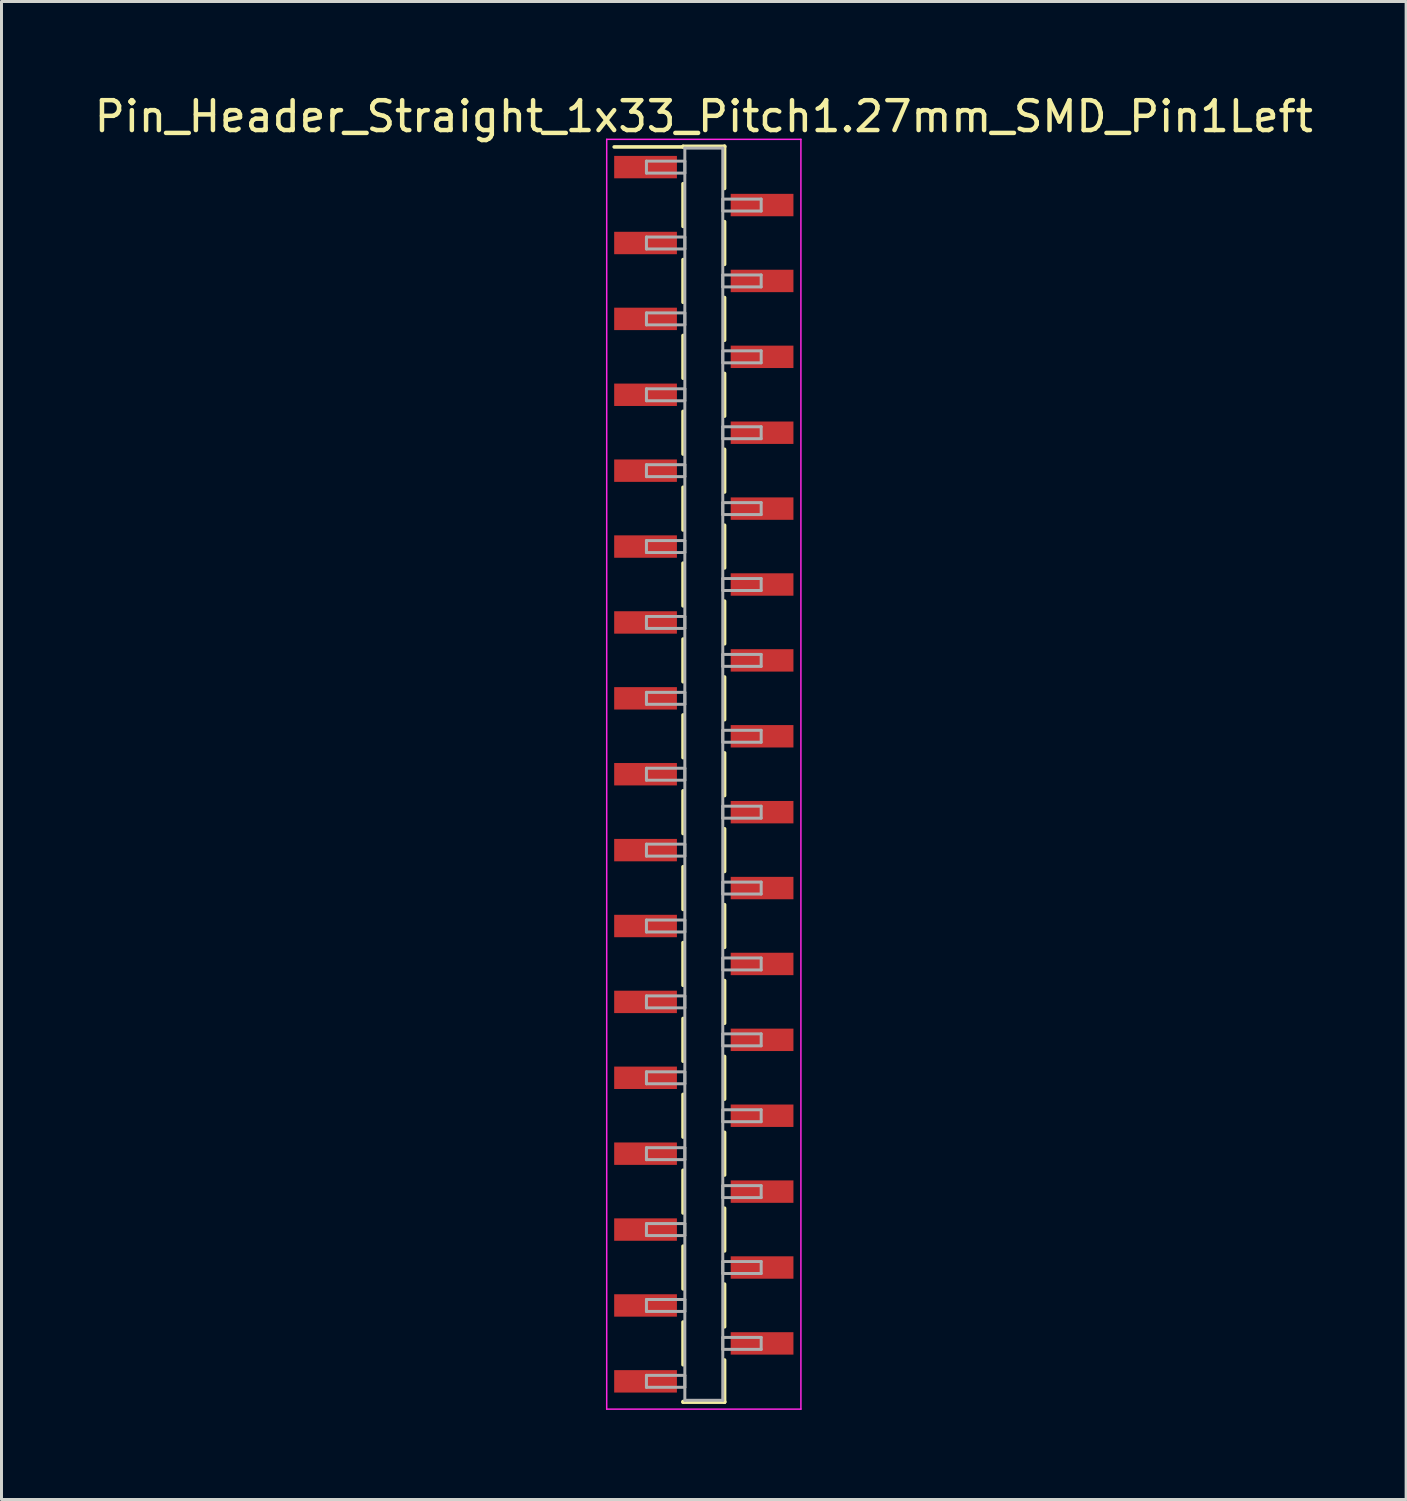
<source format=kicad_pcb>
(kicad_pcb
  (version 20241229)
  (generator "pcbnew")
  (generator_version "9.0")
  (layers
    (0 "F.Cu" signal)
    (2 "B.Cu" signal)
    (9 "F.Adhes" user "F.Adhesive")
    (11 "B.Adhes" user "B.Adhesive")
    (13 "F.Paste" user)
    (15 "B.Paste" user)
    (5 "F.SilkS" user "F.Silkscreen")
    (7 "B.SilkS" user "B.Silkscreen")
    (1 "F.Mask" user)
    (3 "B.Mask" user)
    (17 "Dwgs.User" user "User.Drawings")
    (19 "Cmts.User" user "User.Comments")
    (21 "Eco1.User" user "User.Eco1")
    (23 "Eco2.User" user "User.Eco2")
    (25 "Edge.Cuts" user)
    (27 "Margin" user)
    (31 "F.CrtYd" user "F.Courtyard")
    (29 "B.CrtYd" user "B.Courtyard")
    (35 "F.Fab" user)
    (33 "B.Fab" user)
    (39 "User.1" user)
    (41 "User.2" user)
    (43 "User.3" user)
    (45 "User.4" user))
  (footprint "Pin_Header_Straight_1x33_Pitch1.27mm_SMD_Pin1Left"
    (layer "F.Cu")
    (at 20.506 22.863)
    (property "Reference" "Pin_Header_Straight_1x33_Pitch1.27mm_SMD_Pin1Left" (at 0 -22.015 0) (layer "F.SilkS") (effects (font (size 1 1) (thickness 0.15))))
    (attr smd)
    (fp_line (start -0.695 -21.015) (end 0.695 -21.015) (stroke (width 0.12) (type solid)) (layer "F.SilkS"))
    (fp_line (start -0.695 -20.995) (end -3 -20.995) (stroke (width 0.12) (type solid)) (layer "F.SilkS"))
    (fp_line (start -0.695 -20.995) (end -0.695 -21.015) (stroke (width 0.12) (type solid)) (layer "F.SilkS"))
    (fp_line (start -0.695 -19.765) (end -0.695 -18.335) (stroke (width 0.12) (type solid)) (layer "F.SilkS"))
    (fp_line (start -0.695 -17.225) (end -0.695 -15.795) (stroke (width 0.12) (type solid)) (layer "F.SilkS"))
    (fp_line (start -0.695 -14.685) (end -0.695 -13.255) (stroke (width 0.12) (type solid)) (layer "F.SilkS"))
    (fp_line (start -0.695 -12.145) (end -0.695 -10.715) (stroke (width 0.12) (type solid)) (layer "F.SilkS"))
    (fp_line (start -0.695 -9.605) (end -0.695 -8.175) (stroke (width 0.12) (type solid)) (layer "F.SilkS"))
    (fp_line (start -0.695 -7.065) (end -0.695 -5.635) (stroke (width 0.12) (type solid)) (layer "F.SilkS"))
    (fp_line (start -0.695 -4.525) (end -0.695 -3.095) (stroke (width 0.12) (type solid)) (layer "F.SilkS"))
    (fp_line (start -0.695 -1.985) (end -0.695 -0.555) (stroke (width 0.12) (type solid)) (layer "F.SilkS"))
    (fp_line (start -0.695 0.555) (end -0.695 1.985) (stroke (width 0.12) (type solid)) (layer "F.SilkS"))
    (fp_line (start -0.695 3.095) (end -0.695 4.525) (stroke (width 0.12) (type solid)) (layer "F.SilkS"))
    (fp_line (start -0.695 5.635) (end -0.695 7.065) (stroke (width 0.12) (type solid)) (layer "F.SilkS"))
    (fp_line (start -0.695 8.175) (end -0.695 9.605) (stroke (width 0.12) (type solid)) (layer "F.SilkS"))
    (fp_line (start -0.695 10.715) (end -0.695 12.145) (stroke (width 0.12) (type solid)) (layer "F.SilkS"))
    (fp_line (start -0.695 13.255) (end -0.695 14.685) (stroke (width 0.12) (type solid)) (layer "F.SilkS"))
    (fp_line (start -0.695 15.795) (end -0.695 17.225) (stroke (width 0.12) (type solid)) (layer "F.SilkS"))
    (fp_line (start -0.695 18.335) (end -0.695 19.765) (stroke (width 0.12) (type solid)) (layer "F.SilkS"))
    (fp_line (start -0.695 20.995) (end -0.695 21.015) (stroke (width 0.12) (type solid)) (layer "F.SilkS"))
    (fp_line (start -0.695 21.015) (end 0.695 21.015) (stroke (width 0.12) (type solid)) (layer "F.SilkS"))
    (fp_line (start 0.695 -21.015) (end 0.695 -20.995) (stroke (width 0.12) (type solid)) (layer "F.SilkS"))
    (fp_line (start 0.695 -21.015) (end 0.695 -19.605) (stroke (width 0.12) (type solid)) (layer "F.SilkS"))
    (fp_line (start 0.695 -18.495) (end 0.695 -17.065) (stroke (width 0.12) (type solid)) (layer "F.SilkS"))
    (fp_line (start 0.695 -15.955) (end 0.695 -14.525) (stroke (width 0.12) (type solid)) (layer "F.SilkS"))
    (fp_line (start 0.695 -13.415) (end 0.695 -11.985) (stroke (width 0.12) (type solid)) (layer "F.SilkS"))
    (fp_line (start 0.695 -10.875) (end 0.695 -9.445) (stroke (width 0.12) (type solid)) (layer "F.SilkS"))
    (fp_line (start 0.695 -8.335) (end 0.695 -6.905) (stroke (width 0.12) (type solid)) (layer "F.SilkS"))
    (fp_line (start 0.695 -5.795) (end 0.695 -4.365) (stroke (width 0.12) (type solid)) (layer "F.SilkS"))
    (fp_line (start 0.695 -3.255) (end 0.695 -1.825) (stroke (width 0.12) (type solid)) (layer "F.SilkS"))
    (fp_line (start 0.695 -0.715) (end 0.695 0.715) (stroke (width 0.12) (type solid)) (layer "F.SilkS"))
    (fp_line (start 0.695 1.825) (end 0.695 3.255) (stroke (width 0.12) (type solid)) (layer "F.SilkS"))
    (fp_line (start 0.695 4.365) (end 0.695 5.795) (stroke (width 0.12) (type solid)) (layer "F.SilkS"))
    (fp_line (start 0.695 6.905) (end 0.695 8.335) (stroke (width 0.12) (type solid)) (layer "F.SilkS"))
    (fp_line (start 0.695 9.445) (end 0.695 10.875) (stroke (width 0.12) (type solid)) (layer "F.SilkS"))
    (fp_line (start 0.695 11.985) (end 0.695 13.415) (stroke (width 0.12) (type solid)) (layer "F.SilkS"))
    (fp_line (start 0.695 14.525) (end 0.695 15.955) (stroke (width 0.12) (type solid)) (layer "F.SilkS"))
    (fp_line (start 0.695 17.065) (end 0.695 18.495) (stroke (width 0.12) (type solid)) (layer "F.SilkS"))
    (fp_line (start 0.695 19.605) (end 0.695 21.015) (stroke (width 0.12) (type solid)) (layer "F.SilkS"))
    (fp_line (start 0.695 21.015) (end 0.695 20.995) (stroke (width 0.12) (type solid)) (layer "F.SilkS"))
    (fp_line (start -3.25 -21.25) (end -3.25 21.25) (stroke (width 0.05) (type solid)) (layer "F.CrtYd"))
    (fp_line (start -3.25 21.25) (end 3.25 21.25) (stroke (width 0.05) (type solid)) (layer "F.CrtYd"))
    (fp_line (start 3.25 -21.25) (end -3.25 -21.25) (stroke (width 0.05) (type solid)) (layer "F.CrtYd"))
    (fp_line (start 3.25 21.25) (end 3.25 -21.25) (stroke (width 0.05) (type solid)) (layer "F.CrtYd"))
    (fp_line (start -1.92 -20.52) (end -0.635 -20.52) (stroke (width 0.1) (type solid)) (layer "F.Fab"))
    (fp_line (start -1.92 -20.12) (end -1.92 -20.52) (stroke (width 0.1) (type solid)) (layer "F.Fab"))
    (fp_line (start -1.92 -17.98) (end -0.635 -17.98) (stroke (width 0.1) (type solid)) (layer "F.Fab"))
    (fp_line (start -1.92 -17.58) (end -1.92 -17.98) (stroke (width 0.1) (type solid)) (layer "F.Fab"))
    (fp_line (start -1.92 -15.44) (end -0.635 -15.44) (stroke (width 0.1) (type solid)) (layer "F.Fab"))
    (fp_line (start -1.92 -15.04) (end -1.92 -15.44) (stroke (width 0.1) (type solid)) (layer "F.Fab"))
    (fp_line (start -1.92 -12.9) (end -0.635 -12.9) (stroke (width 0.1) (type solid)) (layer "F.Fab"))
    (fp_line (start -1.92 -12.5) (end -1.92 -12.9) (stroke (width 0.1) (type solid)) (layer "F.Fab"))
    (fp_line (start -1.92 -10.36) (end -0.635 -10.36) (stroke (width 0.1) (type solid)) (layer "F.Fab"))
    (fp_line (start -1.92 -9.96) (end -1.92 -10.36) (stroke (width 0.1) (type solid)) (layer "F.Fab"))
    (fp_line (start -1.92 -7.82) (end -0.635 -7.82) (stroke (width 0.1) (type solid)) (layer "F.Fab"))
    (fp_line (start -1.92 -7.42) (end -1.92 -7.82) (stroke (width 0.1) (type solid)) (layer "F.Fab"))
    (fp_line (start -1.92 -5.28) (end -0.635 -5.28) (stroke (width 0.1) (type solid)) (layer "F.Fab"))
    (fp_line (start -1.92 -4.88) (end -1.92 -5.28) (stroke (width 0.1) (type solid)) (layer "F.Fab"))
    (fp_line (start -1.92 -2.74) (end -0.635 -2.74) (stroke (width 0.1) (type solid)) (layer "F.Fab"))
    (fp_line (start -1.92 -2.34) (end -1.92 -2.74) (stroke (width 0.1) (type solid)) (layer "F.Fab"))
    (fp_line (start -1.92 -0.2) (end -0.635 -0.2) (stroke (width 0.1) (type solid)) (layer "F.Fab"))
    (fp_line (start -1.92 0.2) (end -1.92 -0.2) (stroke (width 0.1) (type solid)) (layer "F.Fab"))
    (fp_line (start -1.92 2.34) (end -0.635 2.34) (stroke (width 0.1) (type solid)) (layer "F.Fab"))
    (fp_line (start -1.92 2.74) (end -1.92 2.34) (stroke (width 0.1) (type solid)) (layer "F.Fab"))
    (fp_line (start -1.92 4.88) (end -0.635 4.88) (stroke (width 0.1) (type solid)) (layer "F.Fab"))
    (fp_line (start -1.92 5.28) (end -1.92 4.88) (stroke (width 0.1) (type solid)) (layer "F.Fab"))
    (fp_line (start -1.92 7.42) (end -0.635 7.42) (stroke (width 0.1) (type solid)) (layer "F.Fab"))
    (fp_line (start -1.92 7.82) (end -1.92 7.42) (stroke (width 0.1) (type solid)) (layer "F.Fab"))
    (fp_line (start -1.92 9.96) (end -0.635 9.96) (stroke (width 0.1) (type solid)) (layer "F.Fab"))
    (fp_line (start -1.92 10.36) (end -1.92 9.96) (stroke (width 0.1) (type solid)) (layer "F.Fab"))
    (fp_line (start -1.92 12.5) (end -0.635 12.5) (stroke (width 0.1) (type solid)) (layer "F.Fab"))
    (fp_line (start -1.92 12.9) (end -1.92 12.5) (stroke (width 0.1) (type solid)) (layer "F.Fab"))
    (fp_line (start -1.92 15.04) (end -0.635 15.04) (stroke (width 0.1) (type solid)) (layer "F.Fab"))
    (fp_line (start -1.92 15.44) (end -1.92 15.04) (stroke (width 0.1) (type solid)) (layer "F.Fab"))
    (fp_line (start -1.92 17.58) (end -0.635 17.58) (stroke (width 0.1) (type solid)) (layer "F.Fab"))
    (fp_line (start -1.92 17.98) (end -1.92 17.58) (stroke (width 0.1) (type solid)) (layer "F.Fab"))
    (fp_line (start -1.92 20.12) (end -0.635 20.12) (stroke (width 0.1) (type solid)) (layer "F.Fab"))
    (fp_line (start -1.92 20.52) (end -1.92 20.12) (stroke (width 0.1) (type solid)) (layer "F.Fab"))
    (fp_line (start -0.635 -20.955) (end -0.635 20.955) (stroke (width 0.1) (type solid)) (layer "F.Fab"))
    (fp_line (start -0.635 -20.52) (end -0.635 -20.12) (stroke (width 0.1) (type solid)) (layer "F.Fab"))
    (fp_line (start -0.635 -20.12) (end -1.92 -20.12) (stroke (width 0.1) (type solid)) (layer "F.Fab"))
    (fp_line (start -0.635 -17.98) (end -0.635 -17.58) (stroke (width 0.1) (type solid)) (layer "F.Fab"))
    (fp_line (start -0.635 -17.58) (end -1.92 -17.58) (stroke (width 0.1) (type solid)) (layer "F.Fab"))
    (fp_line (start -0.635 -15.44) (end -0.635 -15.04) (stroke (width 0.1) (type solid)) (layer "F.Fab"))
    (fp_line (start -0.635 -15.04) (end -1.92 -15.04) (stroke (width 0.1) (type solid)) (layer "F.Fab"))
    (fp_line (start -0.635 -12.9) (end -0.635 -12.5) (stroke (width 0.1) (type solid)) (layer "F.Fab"))
    (fp_line (start -0.635 -12.5) (end -1.92 -12.5) (stroke (width 0.1) (type solid)) (layer "F.Fab"))
    (fp_line (start -0.635 -10.36) (end -0.635 -9.96) (stroke (width 0.1) (type solid)) (layer "F.Fab"))
    (fp_line (start -0.635 -9.96) (end -1.92 -9.96) (stroke (width 0.1) (type solid)) (layer "F.Fab"))
    (fp_line (start -0.635 -7.82) (end -0.635 -7.42) (stroke (width 0.1) (type solid)) (layer "F.Fab"))
    (fp_line (start -0.635 -7.42) (end -1.92 -7.42) (stroke (width 0.1) (type solid)) (layer "F.Fab"))
    (fp_line (start -0.635 -5.28) (end -0.635 -4.88) (stroke (width 0.1) (type solid)) (layer "F.Fab"))
    (fp_line (start -0.635 -4.88) (end -1.92 -4.88) (stroke (width 0.1) (type solid)) (layer "F.Fab"))
    (fp_line (start -0.635 -2.74) (end -0.635 -2.34) (stroke (width 0.1) (type solid)) (layer "F.Fab"))
    (fp_line (start -0.635 -2.34) (end -1.92 -2.34) (stroke (width 0.1) (type solid)) (layer "F.Fab"))
    (fp_line (start -0.635 -0.2) (end -0.635 0.2) (stroke (width 0.1) (type solid)) (layer "F.Fab"))
    (fp_line (start -0.635 0.2) (end -1.92 0.2) (stroke (width 0.1) (type solid)) (layer "F.Fab"))
    (fp_line (start -0.635 2.34) (end -0.635 2.74) (stroke (width 0.1) (type solid)) (layer "F.Fab"))
    (fp_line (start -0.635 2.74) (end -1.92 2.74) (stroke (width 0.1) (type solid)) (layer "F.Fab"))
    (fp_line (start -0.635 4.88) (end -0.635 5.28) (stroke (width 0.1) (type solid)) (layer "F.Fab"))
    (fp_line (start -0.635 5.28) (end -1.92 5.28) (stroke (width 0.1) (type solid)) (layer "F.Fab"))
    (fp_line (start -0.635 7.42) (end -0.635 7.82) (stroke (width 0.1) (type solid)) (layer "F.Fab"))
    (fp_line (start -0.635 7.82) (end -1.92 7.82) (stroke (width 0.1) (type solid)) (layer "F.Fab"))
    (fp_line (start -0.635 9.96) (end -0.635 10.36) (stroke (width 0.1) (type solid)) (layer "F.Fab"))
    (fp_line (start -0.635 10.36) (end -1.92 10.36) (stroke (width 0.1) (type solid)) (layer "F.Fab"))
    (fp_line (start -0.635 12.5) (end -0.635 12.9) (stroke (width 0.1) (type solid)) (layer "F.Fab"))
    (fp_line (start -0.635 12.9) (end -1.92 12.9) (stroke (width 0.1) (type solid)) (layer "F.Fab"))
    (fp_line (start -0.635 15.04) (end -0.635 15.44) (stroke (width 0.1) (type solid)) (layer "F.Fab"))
    (fp_line (start -0.635 15.44) (end -1.92 15.44) (stroke (width 0.1) (type solid)) (layer "F.Fab"))
    (fp_line (start -0.635 17.58) (end -0.635 17.98) (stroke (width 0.1) (type solid)) (layer "F.Fab"))
    (fp_line (start -0.635 17.98) (end -1.92 17.98) (stroke (width 0.1) (type solid)) (layer "F.Fab"))
    (fp_line (start -0.635 20.12) (end -0.635 20.52) (stroke (width 0.1) (type solid)) (layer "F.Fab"))
    (fp_line (start -0.635 20.52) (end -1.92 20.52) (stroke (width 0.1) (type solid)) (layer "F.Fab"))
    (fp_line (start -0.635 20.955) (end 0.635 20.955) (stroke (width 0.1) (type solid)) (layer "F.Fab"))
    (fp_line (start 0.635 -20.955) (end -0.635 -20.955) (stroke (width 0.1) (type solid)) (layer "F.Fab"))
    (fp_line (start 0.635 -19.25) (end 0.635 -18.85) (stroke (width 0.1) (type solid)) (layer "F.Fab"))
    (fp_line (start 0.635 -18.85) (end 1.92 -18.85) (stroke (width 0.1) (type solid)) (layer "F.Fab"))
    (fp_line (start 0.635 -16.71) (end 0.635 -16.31) (stroke (width 0.1) (type solid)) (layer "F.Fab"))
    (fp_line (start 0.635 -16.31) (end 1.92 -16.31) (stroke (width 0.1) (type solid)) (layer "F.Fab"))
    (fp_line (start 0.635 -14.17) (end 0.635 -13.77) (stroke (width 0.1) (type solid)) (layer "F.Fab"))
    (fp_line (start 0.635 -13.77) (end 1.92 -13.77) (stroke (width 0.1) (type solid)) (layer "F.Fab"))
    (fp_line (start 0.635 -11.63) (end 0.635 -11.23) (stroke (width 0.1) (type solid)) (layer "F.Fab"))
    (fp_line (start 0.635 -11.23) (end 1.92 -11.23) (stroke (width 0.1) (type solid)) (layer "F.Fab"))
    (fp_line (start 0.635 -9.09) (end 0.635 -8.69) (stroke (width 0.1) (type solid)) (layer "F.Fab"))
    (fp_line (start 0.635 -8.69) (end 1.92 -8.69) (stroke (width 0.1) (type solid)) (layer "F.Fab"))
    (fp_line (start 0.635 -6.55) (end 0.635 -6.15) (stroke (width 0.1) (type solid)) (layer "F.Fab"))
    (fp_line (start 0.635 -6.15) (end 1.92 -6.15) (stroke (width 0.1) (type solid)) (layer "F.Fab"))
    (fp_line (start 0.635 -4.01) (end 0.635 -3.61) (stroke (width 0.1) (type solid)) (layer "F.Fab"))
    (fp_line (start 0.635 -3.61) (end 1.92 -3.61) (stroke (width 0.1) (type solid)) (layer "F.Fab"))
    (fp_line (start 0.635 -1.47) (end 0.635 -1.07) (stroke (width 0.1) (type solid)) (layer "F.Fab"))
    (fp_line (start 0.635 -1.07) (end 1.92 -1.07) (stroke (width 0.1) (type solid)) (layer "F.Fab"))
    (fp_line (start 0.635 1.07) (end 0.635 1.47) (stroke (width 0.1) (type solid)) (layer "F.Fab"))
    (fp_line (start 0.635 1.47) (end 1.92 1.47) (stroke (width 0.1) (type solid)) (layer "F.Fab"))
    (fp_line (start 0.635 3.61) (end 0.635 4.01) (stroke (width 0.1) (type solid)) (layer "F.Fab"))
    (fp_line (start 0.635 4.01) (end 1.92 4.01) (stroke (width 0.1) (type solid)) (layer "F.Fab"))
    (fp_line (start 0.635 6.15) (end 0.635 6.55) (stroke (width 0.1) (type solid)) (layer "F.Fab"))
    (fp_line (start 0.635 6.55) (end 1.92 6.55) (stroke (width 0.1) (type solid)) (layer "F.Fab"))
    (fp_line (start 0.635 8.69) (end 0.635 9.09) (stroke (width 0.1) (type solid)) (layer "F.Fab"))
    (fp_line (start 0.635 9.09) (end 1.92 9.09) (stroke (width 0.1) (type solid)) (layer "F.Fab"))
    (fp_line (start 0.635 11.23) (end 0.635 11.63) (stroke (width 0.1) (type solid)) (layer "F.Fab"))
    (fp_line (start 0.635 11.63) (end 1.92 11.63) (stroke (width 0.1) (type solid)) (layer "F.Fab"))
    (fp_line (start 0.635 13.77) (end 0.635 14.17) (stroke (width 0.1) (type solid)) (layer "F.Fab"))
    (fp_line (start 0.635 14.17) (end 1.92 14.17) (stroke (width 0.1) (type solid)) (layer "F.Fab"))
    (fp_line (start 0.635 16.31) (end 0.635 16.71) (stroke (width 0.1) (type solid)) (layer "F.Fab"))
    (fp_line (start 0.635 16.71) (end 1.92 16.71) (stroke (width 0.1) (type solid)) (layer "F.Fab"))
    (fp_line (start 0.635 18.85) (end 0.635 19.25) (stroke (width 0.1) (type solid)) (layer "F.Fab"))
    (fp_line (start 0.635 19.25) (end 1.92 19.25) (stroke (width 0.1) (type solid)) (layer "F.Fab"))
    (fp_line (start 0.635 20.955) (end 0.635 -20.955) (stroke (width 0.1) (type solid)) (layer "F.Fab"))
    (fp_line (start 1.92 -19.25) (end 0.635 -19.25) (stroke (width 0.1) (type solid)) (layer "F.Fab"))
    (fp_line (start 1.92 -18.85) (end 1.92 -19.25) (stroke (width 0.1) (type solid)) (layer "F.Fab"))
    (fp_line (start 1.92 -16.71) (end 0.635 -16.71) (stroke (width 0.1) (type solid)) (layer "F.Fab"))
    (fp_line (start 1.92 -16.31) (end 1.92 -16.71) (stroke (width 0.1) (type solid)) (layer "F.Fab"))
    (fp_line (start 1.92 -14.17) (end 0.635 -14.17) (stroke (width 0.1) (type solid)) (layer "F.Fab"))
    (fp_line (start 1.92 -13.77) (end 1.92 -14.17) (stroke (width 0.1) (type solid)) (layer "F.Fab"))
    (fp_line (start 1.92 -11.63) (end 0.635 -11.63) (stroke (width 0.1) (type solid)) (layer "F.Fab"))
    (fp_line (start 1.92 -11.23) (end 1.92 -11.63) (stroke (width 0.1) (type solid)) (layer "F.Fab"))
    (fp_line (start 1.92 -9.09) (end 0.635 -9.09) (stroke (width 0.1) (type solid)) (layer "F.Fab"))
    (fp_line (start 1.92 -8.69) (end 1.92 -9.09) (stroke (width 0.1) (type solid)) (layer "F.Fab"))
    (fp_line (start 1.92 -6.55) (end 0.635 -6.55) (stroke (width 0.1) (type solid)) (layer "F.Fab"))
    (fp_line (start 1.92 -6.15) (end 1.92 -6.55) (stroke (width 0.1) (type solid)) (layer "F.Fab"))
    (fp_line (start 1.92 -4.01) (end 0.635 -4.01) (stroke (width 0.1) (type solid)) (layer "F.Fab"))
    (fp_line (start 1.92 -3.61) (end 1.92 -4.01) (stroke (width 0.1) (type solid)) (layer "F.Fab"))
    (fp_line (start 1.92 -1.47) (end 0.635 -1.47) (stroke (width 0.1) (type solid)) (layer "F.Fab"))
    (fp_line (start 1.92 -1.07) (end 1.92 -1.47) (stroke (width 0.1) (type solid)) (layer "F.Fab"))
    (fp_line (start 1.92 1.07) (end 0.635 1.07) (stroke (width 0.1) (type solid)) (layer "F.Fab"))
    (fp_line (start 1.92 1.47) (end 1.92 1.07) (stroke (width 0.1) (type solid)) (layer "F.Fab"))
    (fp_line (start 1.92 3.61) (end 0.635 3.61) (stroke (width 0.1) (type solid)) (layer "F.Fab"))
    (fp_line (start 1.92 4.01) (end 1.92 3.61) (stroke (width 0.1) (type solid)) (layer "F.Fab"))
    (fp_line (start 1.92 6.15) (end 0.635 6.15) (stroke (width 0.1) (type solid)) (layer "F.Fab"))
    (fp_line (start 1.92 6.55) (end 1.92 6.15) (stroke (width 0.1) (type solid)) (layer "F.Fab"))
    (fp_line (start 1.92 8.69) (end 0.635 8.69) (stroke (width 0.1) (type solid)) (layer "F.Fab"))
    (fp_line (start 1.92 9.09) (end 1.92 8.69) (stroke (width 0.1) (type solid)) (layer "F.Fab"))
    (fp_line (start 1.92 11.23) (end 0.635 11.23) (stroke (width 0.1) (type solid)) (layer "F.Fab"))
    (fp_line (start 1.92 11.63) (end 1.92 11.23) (stroke (width 0.1) (type solid)) (layer "F.Fab"))
    (fp_line (start 1.92 13.77) (end 0.635 13.77) (stroke (width 0.1) (type solid)) (layer "F.Fab"))
    (fp_line (start 1.92 14.17) (end 1.92 13.77) (stroke (width 0.1) (type solid)) (layer "F.Fab"))
    (fp_line (start 1.92 16.31) (end 0.635 16.31) (stroke (width 0.1) (type solid)) (layer "F.Fab"))
    (fp_line (start 1.92 16.71) (end 1.92 16.31) (stroke (width 0.1) (type solid)) (layer "F.Fab"))
    (fp_line (start 1.92 18.85) (end 0.635 18.85) (stroke (width 0.1) (type solid)) (layer "F.Fab"))
    (fp_line (start 1.92 19.25) (end 1.92 18.85) (stroke (width 0.1) (type solid)) (layer "F.Fab"))
    (pad "1" smd rect (at -1.95 -20.32) (size 2.1 0.75) (layers "F.Cu" "F.Mask"))
    (pad "2" smd rect (at 1.95 -19.05) (size 2.1 0.75) (layers "F.Cu" "F.Mask"))
    (pad "3" smd rect (at -1.95 -17.78) (size 2.1 0.75) (layers "F.Cu" "F.Mask"))
    (pad "4" smd rect (at 1.95 -16.51) (size 2.1 0.75) (layers "F.Cu" "F.Mask"))
    (pad "5" smd rect (at -1.95 -15.24) (size 2.1 0.75) (layers "F.Cu" "F.Mask"))
    (pad "6" smd rect (at 1.95 -13.97) (size 2.1 0.75) (layers "F.Cu" "F.Mask"))
    (pad "7" smd rect (at -1.95 -12.7) (size 2.1 0.75) (layers "F.Cu" "F.Mask"))
    (pad "8" smd rect (at 1.95 -11.43) (size 2.1 0.75) (layers "F.Cu" "F.Mask"))
    (pad "9" smd rect (at -1.95 -10.16) (size 2.1 0.75) (layers "F.Cu" "F.Mask"))
    (pad "10" smd rect (at 1.95 -8.89) (size 2.1 0.75) (layers "F.Cu" "F.Mask"))
    (pad "11" smd rect (at -1.95 -7.62) (size 2.1 0.75) (layers "F.Cu" "F.Mask"))
    (pad "12" smd rect (at 1.95 -6.35) (size 2.1 0.75) (layers "F.Cu" "F.Mask"))
    (pad "13" smd rect (at -1.95 -5.08) (size 2.1 0.75) (layers "F.Cu" "F.Mask"))
    (pad "14" smd rect (at 1.95 -3.81) (size 2.1 0.75) (layers "F.Cu" "F.Mask"))
    (pad "15" smd rect (at -1.95 -2.54) (size 2.1 0.75) (layers "F.Cu" "F.Mask"))
    (pad "16" smd rect (at 1.95 -1.27) (size 2.1 0.75) (layers "F.Cu" "F.Mask"))
    (pad "17" smd rect (at -1.95 0) (size 2.1 0.75) (layers "F.Cu" "F.Mask"))
    (pad "18" smd rect (at 1.95 1.27) (size 2.1 0.75) (layers "F.Cu" "F.Mask"))
    (pad "19" smd rect (at -1.95 2.54) (size 2.1 0.75) (layers "F.Cu" "F.Mask"))
    (pad "20" smd rect (at 1.95 3.81) (size 2.1 0.75) (layers "F.Cu" "F.Mask"))
    (pad "21" smd rect (at -1.95 5.08) (size 2.1 0.75) (layers "F.Cu" "F.Mask"))
    (pad "22" smd rect (at 1.95 6.35) (size 2.1 0.75) (layers "F.Cu" "F.Mask"))
    (pad "23" smd rect (at -1.95 7.62) (size 2.1 0.75) (layers "F.Cu" "F.Mask"))
    (pad "24" smd rect (at 1.95 8.89) (size 2.1 0.75) (layers "F.Cu" "F.Mask"))
    (pad "25" smd rect (at -1.95 10.16) (size 2.1 0.75) (layers "F.Cu" "F.Mask"))
    (pad "26" smd rect (at 1.95 11.43) (size 2.1 0.75) (layers "F.Cu" "F.Mask"))
    (pad "27" smd rect (at -1.95 12.7) (size 2.1 0.75) (layers "F.Cu" "F.Mask"))
    (pad "28" smd rect (at 1.95 13.97) (size 2.1 0.75) (layers "F.Cu" "F.Mask"))
    (pad "29" smd rect (at -1.95 15.24) (size 2.1 0.75) (layers "F.Cu" "F.Mask"))
    (pad "30" smd rect (at 1.95 16.51) (size 2.1 0.75) (layers "F.Cu" "F.Mask"))
    (pad "31" smd rect (at -1.95 17.78) (size 2.1 0.75) (layers "F.Cu" "F.Mask"))
    (pad "32" smd rect (at 1.95 19.05) (size 2.1 0.75) (layers "F.Cu" "F.Mask"))
    (pad "33" smd rect (at -1.95 20.32) (size 2.1 0.75) (layers "F.Cu" "F.Mask")))
  (gr_rect
    (start -3 -3)
    (end 44.012 47.138)
    (stroke (width 0.1) (type default))
    (fill no)
    (layer "Edge.Cuts")))
</source>
